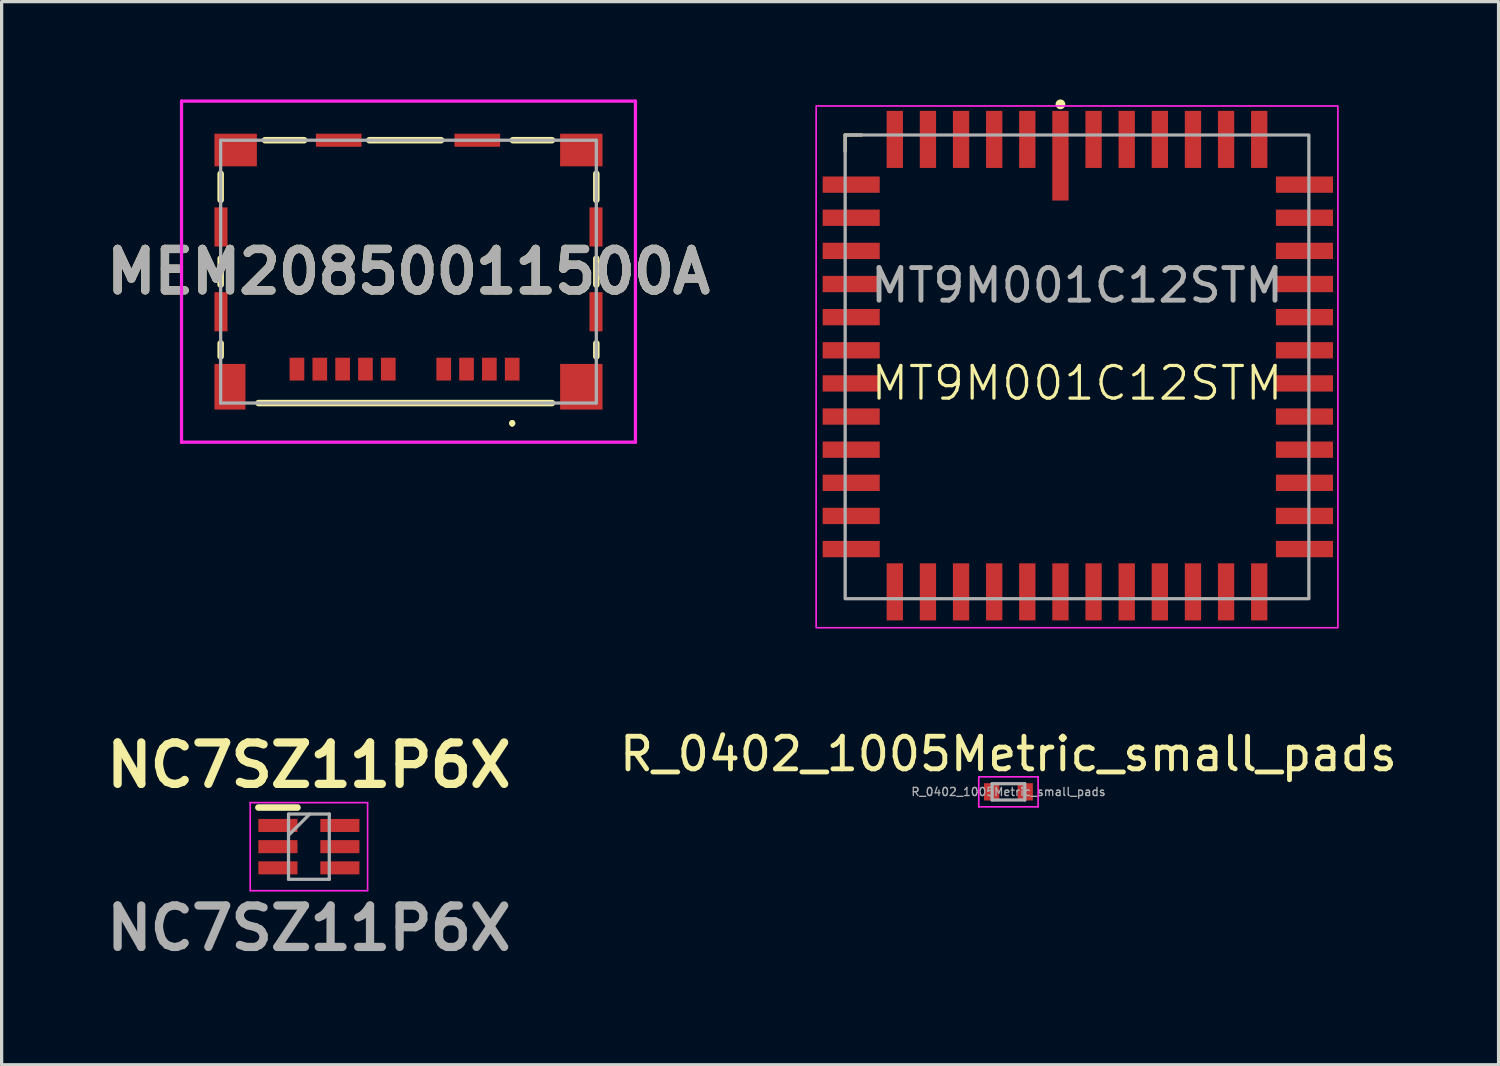
<source format=kicad_pcb>
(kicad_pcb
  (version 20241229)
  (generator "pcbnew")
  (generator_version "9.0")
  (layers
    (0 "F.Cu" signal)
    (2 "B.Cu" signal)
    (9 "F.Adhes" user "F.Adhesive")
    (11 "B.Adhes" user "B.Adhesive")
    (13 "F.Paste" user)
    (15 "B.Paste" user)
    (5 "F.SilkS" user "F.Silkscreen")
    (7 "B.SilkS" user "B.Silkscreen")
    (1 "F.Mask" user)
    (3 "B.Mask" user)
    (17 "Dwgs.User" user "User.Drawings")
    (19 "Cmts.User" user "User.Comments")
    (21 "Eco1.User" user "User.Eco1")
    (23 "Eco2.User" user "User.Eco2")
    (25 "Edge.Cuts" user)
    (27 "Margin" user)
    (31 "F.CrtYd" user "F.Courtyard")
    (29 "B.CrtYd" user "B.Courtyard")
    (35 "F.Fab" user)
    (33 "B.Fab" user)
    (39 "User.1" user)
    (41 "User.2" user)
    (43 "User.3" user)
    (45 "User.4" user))
  (footprint "NC7SZ11P6X"
    (layer "F.Cu")
    (at 6.423 22.914)
    (property "Reference" "NC7SZ11P6X" (at 0 -2.5 0) (layer "F.SilkS") (effects (font (size 1.27 1.27) (thickness 0.254))))
    (attr smd)
    (fp_line (start -1.55 -1.2) (end -0.35 -1.2) (stroke (width 0.2) (type solid)) (layer "F.SilkS"))
    (fp_line (start -1.8 -1.35) (end 1.8 -1.35) (stroke (width 0.05) (type solid)) (layer "F.CrtYd"))
    (fp_line (start -1.8 1.35) (end -1.8 -1.35) (stroke (width 0.05) (type solid)) (layer "F.CrtYd"))
    (fp_line (start 1.8 -1.35) (end 1.8 1.35) (stroke (width 0.05) (type solid)) (layer "F.CrtYd"))
    (fp_line (start 1.8 1.35) (end -1.8 1.35) (stroke (width 0.05) (type solid)) (layer "F.CrtYd"))
    (fp_line (start -0.625 -1) (end 0.625 -1) (stroke (width 0.1) (type solid)) (layer "F.Fab"))
    (fp_line (start -0.625 -0.35) (end 0.025 -1) (stroke (width 0.1) (type solid)) (layer "F.Fab"))
    (fp_line (start -0.625 1) (end -0.625 -1) (stroke (width 0.1) (type solid)) (layer "F.Fab"))
    (fp_line (start 0.625 -1) (end 0.625 1) (stroke (width 0.1) (type solid)) (layer "F.Fab"))
    (fp_line (start 0.625 1) (end -0.625 1) (stroke (width 0.1) (type solid)) (layer "F.Fab"))
    (fp_text user "${REFERENCE}" (at 0 2.5 0) (layer "F.Fab") (effects (font (size 1.27 1.27) (thickness 0.254))))
    (pad "1" smd rect (at -0.95 -0.65 90) (size 0.4 1.2) (layers "F.Cu" "F.Mask" "F.Paste"))
    (pad "2" smd rect (at -0.95 0 90) (size 0.4 1.2) (layers "F.Cu" "F.Mask" "F.Paste"))
    (pad "3" smd rect (at -0.95 0.65 90) (size 0.4 1.2) (layers "F.Cu" "F.Mask" "F.Paste"))
    (pad "4" smd rect (at 0.95 0.65 90) (size 0.4 1.2) (layers "F.Cu" "F.Mask" "F.Paste"))
    (pad "5" smd rect (at 0.95 0 90) (size 0.4 1.2) (layers "F.Cu" "F.Mask" "F.Paste"))
    (pad "6" smd rect (at 0.95 -0.65 90) (size 0.4 1.2) (layers "F.Cu" "F.Mask" "F.Paste")))
  (footprint "MEM20850011500A"
    (layer "F.Cu")
    (at 9.477 5.28)
    (property "Reference" "MEM20850011500A" (at 0 0 0) (layer "F.SilkS") (effects (font (size 1.27 1.27) (thickness 0.254))))
    (attr smd)
    (fp_line (start -5.76 -3) (end -5.76 -2.2) (stroke (width 0.2) (type solid)) (layer "F.SilkS"))
    (fp_line (start -5.76 -0.4) (end -5.76 0.4) (stroke (width 0.2) (type solid)) (layer "F.SilkS"))
    (fp_line (start -5.76 2.2) (end -5.76 2.6) (stroke (width 0.2) (type solid)) (layer "F.SilkS"))
    (fp_line (start -4.6 4.03) (end 4.4 4.03) (stroke (width 0.2) (type solid)) (layer "F.SilkS"))
    (fp_line (start -4.4 -4.03) (end -3.2 -4.03) (stroke (width 0.2) (type solid)) (layer "F.SilkS"))
    (fp_line (start -1.2 -4.03) (end 1 -4.03) (stroke (width 0.2) (type solid)) (layer "F.SilkS"))
    (fp_line (start 3.18 4.6) (end 3.18 4.6) (stroke (width 0.1) (type solid)) (layer "F.SilkS"))
    (fp_line (start 3.18 4.7) (end 3.18 4.7) (stroke (width 0.1) (type solid)) (layer "F.SilkS"))
    (fp_line (start 3.2 -4.03) (end 4.4 -4.03) (stroke (width 0.2) (type solid)) (layer "F.SilkS"))
    (fp_line (start 5.76 -3) (end 5.76 -2.2) (stroke (width 0.2) (type solid)) (layer "F.SilkS"))
    (fp_line (start 5.76 0.4) (end 5.76 -0.4) (stroke (width 0.2) (type solid)) (layer "F.SilkS"))
    (fp_line (start 5.76 2.6) (end 5.76 2.2) (stroke (width 0.2) (type solid)) (layer "F.SilkS"))
    (fp_arc (start 3.18 4.6) (mid 3.23 4.65) (end 3.18 4.7) (stroke (width 0.1) (type solid)) (layer "F.SilkS"))
    (fp_arc (start 3.18 4.7) (mid 3.13 4.65) (end 3.18 4.6) (stroke (width 0.1) (type solid)) (layer "F.SilkS"))
    (fp_line (start -6.96 -5.23) (end 6.96 -5.23) (stroke (width 0.1) (type solid)) (layer "F.CrtYd"))
    (fp_line (start -6.96 5.23) (end -6.96 -5.23) (stroke (width 0.1) (type solid)) (layer "F.CrtYd"))
    (fp_line (start 6.96 -5.23) (end 6.96 5.23) (stroke (width 0.1) (type solid)) (layer "F.CrtYd"))
    (fp_line (start 6.96 5.23) (end -6.96 5.23) (stroke (width 0.1) (type solid)) (layer "F.CrtYd"))
    (fp_line (start -5.76 -4.03) (end -5.76 4.03) (stroke (width 0.1) (type solid)) (layer "F.Fab"))
    (fp_line (start -5.76 4.03) (end 5.76 4.03) (stroke (width 0.1) (type solid)) (layer "F.Fab"))
    (fp_line (start 5.76 -4.03) (end -5.76 -4.03) (stroke (width 0.1) (type solid)) (layer "F.Fab"))
    (fp_line (start 5.76 4.03) (end 5.76 -4.03) (stroke (width 0.1) (type solid)) (layer "F.Fab"))
    (fp_text user "${REFERENCE}" (at 0 0 0) (layer "F.Fab") (effects (font (size 1.27 1.27) (thickness 0.254))))
    (pad "CD1" smd rect (at -2.02 2.99) (size 0.45 0.7) (layers "F.Cu" "F.Mask" "F.Paste"))
    (pad "G1" smd rect (at 5.3 3.53) (size 1.3 1.4) (layers "F.Cu" "F.Mask" "F.Paste"))
    (pad "G2" smd rect (at -5.475 3.53) (size 0.95 1.4) (layers "F.Cu" "F.Mask" "F.Paste"))
    (pad "G3" smd rect (at 5.75 1.23) (size 0.4 1.2) (layers "F.Cu" "F.Mask" "F.Paste"))
    (pad "G4" smd rect (at -5.75 1.23) (size 0.4 1.2) (layers "F.Cu" "F.Mask" "F.Paste"))
    (pad "G5" smd rect (at 5.75 -1.37) (size 0.4 1.2) (layers "F.Cu" "F.Mask" "F.Paste"))
    (pad "G6" smd rect (at -5.75 -1.37) (size 0.4 1.2) (layers "F.Cu" "F.Mask" "F.Paste"))
    (pad "G7" smd rect (at 5.3 -3.73 90) (size 1 1.3) (layers "F.Cu" "F.Mask" "F.Paste"))
    (pad "G8" smd rect (at 2.11 -4.03 90) (size 0.4 1.4) (layers "F.Cu" "F.Mask" "F.Paste"))
    (pad "G9" smd rect (at -2.14 -4.03 90) (size 0.4 1.4) (layers "F.Cu" "F.Mask" "F.Paste"))
    (pad "G10" smd rect (at -5.3 -3.73 90) (size 1 1.3) (layers "F.Cu" "F.Mask" "F.Paste"))
    (pad "P1" smd rect (at 3.18 2.99) (size 0.45 0.7) (layers "F.Cu" "F.Mask" "F.Paste"))
    (pad "P2" smd rect (at 2.48 2.99) (size 0.45 0.7) (layers "F.Cu" "F.Mask" "F.Paste"))
    (pad "P3" smd rect (at 1.78 2.99) (size 0.45 0.7) (layers "F.Cu" "F.Mask" "F.Paste"))
    (pad "P4" smd rect (at 1.08 2.99) (size 0.45 0.7) (layers "F.Cu" "F.Mask" "F.Paste"))
    (pad "P5" smd rect (at -0.62 2.99) (size 0.45 0.7) (layers "F.Cu" "F.Mask" "F.Paste"))
    (pad "P6" smd rect (at -1.32 2.99) (size 0.45 0.7) (layers "F.Cu" "F.Mask" "F.Paste"))
    (pad "P7" smd rect (at -2.72 2.99) (size 0.45 0.7) (layers "F.Cu" "F.Mask" "F.Paste"))
    (pad "P8" smd rect (at -3.42 2.99) (size 0.45 0.7) (layers "F.Cu" "F.Mask" "F.Paste")))
  (footprint "R_0402_1005Metric_small_pads"
    (layer "F.Cu")
    (at 27.875 21.233)
    (property "Reference" "R_0402_1005Metric_small_pads" (at 0 -1.16 0) (layer "F.SilkS") (effects (font (size 1 1) (thickness 0.15))))
    (attr smd)
    (fp_line (start -0.91 -0.46) (end 0.91 -0.46) (stroke (width 0.05) (type solid)) (layer "F.CrtYd"))
    (fp_line (start -0.91 0.46) (end -0.91 -0.46) (stroke (width 0.05) (type solid)) (layer "F.CrtYd"))
    (fp_line (start 0.91 -0.46) (end 0.91 0.46) (stroke (width 0.05) (type solid)) (layer "F.CrtYd"))
    (fp_line (start 0.91 0.46) (end -0.91 0.46) (stroke (width 0.05) (type solid)) (layer "F.CrtYd"))
    (fp_line (start -0.5 -0.25) (end 0.5 -0.25) (stroke (width 0.1) (type solid)) (layer "F.Fab"))
    (fp_line (start -0.5 0.25) (end -0.5 -0.25) (stroke (width 0.1) (type solid)) (layer "F.Fab"))
    (fp_line (start 0.5 -0.25) (end 0.5 0.25) (stroke (width 0.1) (type solid)) (layer "F.Fab"))
    (fp_line (start 0.5 0.25) (end -0.5 0.25) (stroke (width 0.1) (type solid)) (layer "F.Fab"))
    (fp_text user "${REFERENCE}" (at 0 0 0) (layer "F.Fab") (effects (font (size 0.25 0.25) (thickness 0.04))))
    (pad "1" smd rect (at -0.515 0) (size 0.47 0.53) (layers "F.Cu" "F.Mask" "F.Paste"))
    (pad "2" smd rect (at 0.515 0) (size 0.47 0.53) (layers "F.Cu" "F.Mask" "F.Paste")))
  (footprint "MT9M001C12STM"
    (layer "F.Cu")
    (at 29.978 8.2)
    (property "Reference" "MT9M001C12STM" (at 0 0.5 0) (unlocked yes) (layer "F.SilkS") (effects (font (size 1 1) (thickness 0.1))))
    (attr smd)
    (fp_line (start -7.11 -7.11) (end -7.11 -6.61) (stroke (width 0.1) (type default)) (layer "F.SilkS"))
    (fp_line (start -6.61 -7.11) (end -7.11 -7.11) (stroke (width 0.1) (type default)) (layer "F.SilkS"))
    (fp_circle (center -0.508 -8.05) (end -0.408 -8.05) (stroke (width 0.1) (type solid)) (fill yes) (layer "F.SilkS"))
    (fp_rect (start 8 8) (end -8 -8) (stroke (width 0.05) (type default)) (fill no) (layer "F.CrtYd"))
    (fp_rect (start 7.11 7.11) (end -7.11 -7.11) (stroke (width 0.1) (type default)) (fill no) (layer "F.Fab"))
    (fp_text user "${REFERENCE}" (at 0 -2.5 0) (unlocked yes) (layer "F.Fab") (effects (font (size 1 1) (thickness 0.15))))
    (pad "1" smd rect (at -0.508 -6.475 270) (size 2.75 0.5) (layers "F.Cu" "F.Mask" "F.Paste"))
    (pad "2" smd rect (at -1.524 -6.975 270) (size 1.75 0.5) (layers "F.Cu" "F.Mask" "F.Paste"))
    (pad "3" smd rect (at -2.54 -6.975 270) (size 1.75 0.5) (layers "F.Cu" "F.Mask" "F.Paste"))
    (pad "4" smd rect (at -3.556 -6.975 270) (size 1.75 0.5) (layers "F.Cu" "F.Mask" "F.Paste"))
    (pad "5" smd rect (at -4.572 -6.975 270) (size 1.75 0.5) (layers "F.Cu" "F.Mask" "F.Paste"))
    (pad "6" smd rect (at -5.588 -6.975 270) (size 1.75 0.5) (layers "F.Cu" "F.Mask" "F.Paste"))
    (pad "7" smd rect (at -6.925 -5.588) (size 1.75 0.5) (layers "F.Cu" "F.Mask" "F.Paste"))
    (pad "8" smd rect (at -6.925 -4.572) (size 1.75 0.5) (layers "F.Cu" "F.Mask" "F.Paste"))
    (pad "9" smd rect (at -6.925 -3.556) (size 1.75 0.5) (layers "F.Cu" "F.Mask" "F.Paste"))
    (pad "10" smd rect (at -6.925 -2.54) (size 1.75 0.5) (layers "F.Cu" "F.Mask" "F.Paste"))
    (pad "11" smd rect (at -6.925 -1.524) (size 1.75 0.5) (layers "F.Cu" "F.Mask" "F.Paste"))
    (pad "12" smd rect (at -6.925 -0.508) (size 1.75 0.5) (layers "F.Cu" "F.Mask" "F.Paste"))
    (pad "13" smd rect (at -6.925 0.508) (size 1.75 0.5) (layers "F.Cu" "F.Mask" "F.Paste"))
    (pad "14" smd rect (at -6.925 1.524) (size 1.75 0.5) (layers "F.Cu" "F.Mask" "F.Paste"))
    (pad "15" smd rect (at -6.925 2.54) (size 1.75 0.5) (layers "F.Cu" "F.Mask" "F.Paste"))
    (pad "16" smd rect (at -6.925 3.556) (size 1.75 0.5) (layers "F.Cu" "F.Mask" "F.Paste"))
    (pad "17" smd rect (at -6.925 4.572) (size 1.75 0.5) (layers "F.Cu" "F.Mask" "F.Paste"))
    (pad "18" smd rect (at -6.925 5.588) (size 1.75 0.5) (layers "F.Cu" "F.Mask" "F.Paste"))
    (pad "19" smd rect (at -5.588 6.9 270) (size 1.75 0.5) (layers "F.Cu" "F.Mask" "F.Paste"))
    (pad "20" smd rect (at -4.572 6.9 270) (size 1.75 0.5) (layers "F.Cu" "F.Mask" "F.Paste"))
    (pad "21" smd rect (at -3.556 6.9 270) (size 1.75 0.5) (layers "F.Cu" "F.Mask" "F.Paste"))
    (pad "22" smd rect (at -2.54 6.9 270) (size 1.75 0.5) (layers "F.Cu" "F.Mask" "F.Paste"))
    (pad "23" smd rect (at -1.524 6.9 270) (size 1.75 0.5) (layers "F.Cu" "F.Mask" "F.Paste"))
    (pad "24" smd rect (at -0.508 6.9 270) (size 1.75 0.5) (layers "F.Cu" "F.Mask" "F.Paste"))
    (pad "25" smd rect (at 0.508 6.9 270) (size 1.75 0.5) (layers "F.Cu" "F.Mask" "F.Paste"))
    (pad "26" smd rect (at 1.524 6.9 270) (size 1.75 0.5) (layers "F.Cu" "F.Mask" "F.Paste"))
    (pad "27" smd rect (at 2.54 6.9 270) (size 1.75 0.5) (layers "F.Cu" "F.Mask" "F.Paste"))
    (pad "28" smd rect (at 3.556 6.9 270) (size 1.75 0.5) (layers "F.Cu" "F.Mask" "F.Paste"))
    (pad "29" smd rect (at 4.572 6.9 270) (size 1.75 0.5) (layers "F.Cu" "F.Mask" "F.Paste"))
    (pad "30" smd rect (at 5.588 6.9 270) (size 1.75 0.5) (layers "F.Cu" "F.Mask" "F.Paste"))
    (pad "31" smd rect (at 6.975 5.588) (size 1.75 0.5) (layers "F.Cu" "F.Mask" "F.Paste"))
    (pad "32" smd rect (at 6.975 4.572) (size 1.75 0.5) (layers "F.Cu" "F.Mask" "F.Paste"))
    (pad "33" smd rect (at 6.975 3.556) (size 1.75 0.5) (layers "F.Cu" "F.Mask" "F.Paste"))
    (pad "34" smd rect (at 6.975 2.54) (size 1.75 0.5) (layers "F.Cu" "F.Mask" "F.Paste"))
    (pad "35" smd rect (at 6.975 1.524) (size 1.75 0.5) (layers "F.Cu" "F.Mask" "F.Paste"))
    (pad "36" smd rect (at 6.975 0.508) (size 1.75 0.5) (layers "F.Cu" "F.Mask" "F.Paste"))
    (pad "37" smd rect (at 6.975 -0.508) (size 1.75 0.5) (layers "F.Cu" "F.Mask" "F.Paste"))
    (pad "38" smd rect (at 6.975 -1.524) (size 1.75 0.5) (layers "F.Cu" "F.Mask" "F.Paste"))
    (pad "39" smd rect (at 6.975 -2.54) (size 1.75 0.5) (layers "F.Cu" "F.Mask" "F.Paste"))
    (pad "40" smd rect (at 6.975 -3.556) (size 1.75 0.5) (layers "F.Cu" "F.Mask" "F.Paste"))
    (pad "41" smd rect (at 6.975 -4.572) (size 1.75 0.5) (layers "F.Cu" "F.Mask" "F.Paste"))
    (pad "42" smd rect (at 6.975 -5.588) (size 1.75 0.5) (layers "F.Cu" "F.Mask" "F.Paste"))
    (pad "43" smd rect (at 5.588 -6.975 270) (size 1.75 0.5) (layers "F.Cu" "F.Mask" "F.Paste"))
    (pad "44" smd rect (at 4.572 -6.975 270) (size 1.75 0.5) (layers "F.Cu" "F.Mask" "F.Paste"))
    (pad "45" smd rect (at 3.556 -6.975 270) (size 1.75 0.5) (layers "F.Cu" "F.Mask" "F.Paste"))
    (pad "46" smd rect (at 2.54 -6.975 270) (size 1.75 0.5) (layers "F.Cu" "F.Mask" "F.Paste"))
    (pad "47" smd rect (at 1.524 -6.975 270) (size 1.75 0.5) (layers "F.Cu" "F.Mask" "F.Paste"))
    (pad "48" smd rect (at 0.508 -6.975 270) (size 1.75 0.5) (layers "F.Cu" "F.Mask" "F.Paste")))
  (gr_rect
    (start -3 -3)
    (end 42.905 29.602)
    (stroke (width 0.1) (type default))
    (fill no)
    (layer "Edge.Cuts")))
</source>
